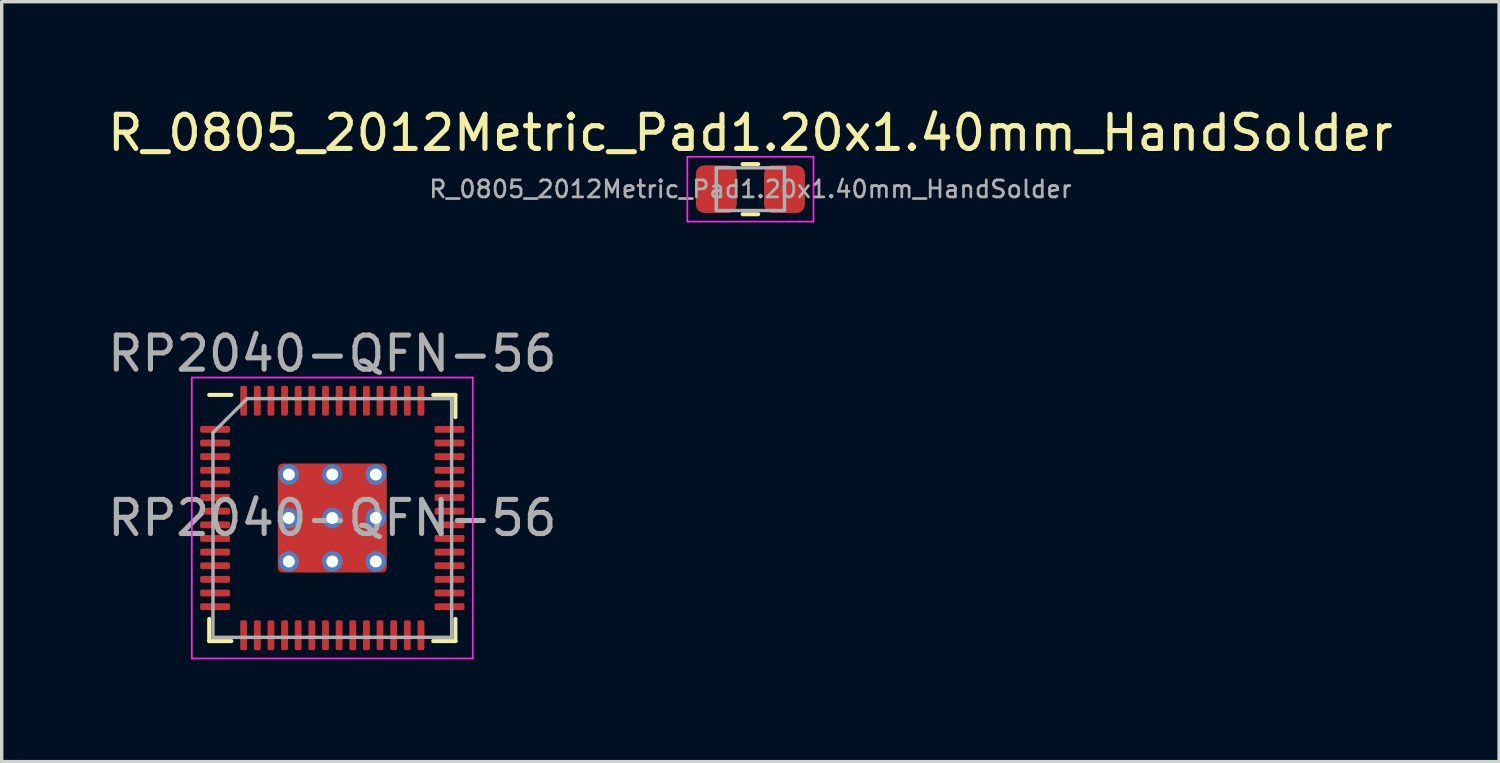
<source format=kicad_pcb>
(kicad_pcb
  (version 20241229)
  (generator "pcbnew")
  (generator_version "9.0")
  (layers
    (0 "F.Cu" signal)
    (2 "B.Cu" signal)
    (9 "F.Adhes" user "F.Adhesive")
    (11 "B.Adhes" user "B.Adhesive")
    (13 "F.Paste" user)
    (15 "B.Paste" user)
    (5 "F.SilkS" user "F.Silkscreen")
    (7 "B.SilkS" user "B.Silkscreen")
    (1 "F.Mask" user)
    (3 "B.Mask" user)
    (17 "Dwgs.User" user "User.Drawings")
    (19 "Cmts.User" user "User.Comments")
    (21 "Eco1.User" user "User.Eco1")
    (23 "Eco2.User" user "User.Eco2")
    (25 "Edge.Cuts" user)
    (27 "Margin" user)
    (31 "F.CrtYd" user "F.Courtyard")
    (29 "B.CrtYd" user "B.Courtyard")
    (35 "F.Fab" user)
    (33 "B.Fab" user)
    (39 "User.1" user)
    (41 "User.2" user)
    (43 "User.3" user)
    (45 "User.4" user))
  (footprint "R_0805_2012Metric_Pad1.20x1.40mm_HandSolder"
    (layer "F.Cu")
    (at 18.958 2.498)
    (property "Reference" "R_0805_2012Metric_Pad1.20x1.40mm_HandSolder" (at 0 -1.65 0) (layer "F.SilkS") (effects (font (size 1 1) (thickness 0.15))))
    (attr smd)
    (fp_line (start -0.227 -0.735) (end 0.227 -0.735) (stroke (width 0.12) (type solid)) (layer "F.SilkS"))
    (fp_line (start -0.227 0.735) (end 0.227 0.735) (stroke (width 0.12) (type solid)) (layer "F.SilkS"))
    (fp_line (start -1.85 -0.95) (end 1.85 -0.95) (stroke (width 0.05) (type solid)) (layer "F.CrtYd"))
    (fp_line (start -1.85 0.95) (end -1.85 -0.95) (stroke (width 0.05) (type solid)) (layer "F.CrtYd"))
    (fp_line (start 1.85 -0.95) (end 1.85 0.95) (stroke (width 0.05) (type solid)) (layer "F.CrtYd"))
    (fp_line (start 1.85 0.95) (end -1.85 0.95) (stroke (width 0.05) (type solid)) (layer "F.CrtYd"))
    (fp_line (start -1 -0.625) (end 1 -0.625) (stroke (width 0.1) (type solid)) (layer "F.Fab"))
    (fp_line (start -1 0.625) (end -1 -0.625) (stroke (width 0.1) (type solid)) (layer "F.Fab"))
    (fp_line (start 1 -0.625) (end 1 0.625) (stroke (width 0.1) (type solid)) (layer "F.Fab"))
    (fp_line (start 1 0.625) (end -1 0.625) (stroke (width 0.1) (type solid)) (layer "F.Fab"))
    (fp_text user "${REFERENCE}" (at 0 0 0) (layer "F.Fab") (effects (font (size 0.5 0.5) (thickness 0.08))))
    (pad "1" smd roundrect (at -1 0) (size 1.2 1.4) (layers "F.Cu" "F.Mask" "F.Paste") (roundrect_rratio 0.208))
    (pad "2" smd roundrect (at 1 0) (size 1.2 1.4) (layers "F.Cu" "F.Mask" "F.Paste") (roundrect_rratio 0.208)))
  (footprint "RP2040-QFN-56"
    (layer "F.Cu")
    (at 6.696 12.142)
    (property "Reference" "RP2040-QFN-56" (at 0 -4.82 0) (layer "F.Fab") (effects (font (size 1 1) (thickness 0.15))))
    (attr smd)
    (fp_line (start -3.61 3.61) (end -3.61 2.96) (stroke (width 0.12) (type solid)) (layer "F.SilkS"))
    (fp_line (start -2.96 -3.61) (end -3.61 -3.61) (stroke (width 0.12) (type solid)) (layer "F.SilkS"))
    (fp_line (start -2.96 3.61) (end -3.61 3.61) (stroke (width 0.12) (type solid)) (layer "F.SilkS"))
    (fp_line (start 2.96 -3.61) (end 3.61 -3.61) (stroke (width 0.12) (type solid)) (layer "F.SilkS"))
    (fp_line (start 2.96 3.61) (end 3.61 3.61) (stroke (width 0.12) (type solid)) (layer "F.SilkS"))
    (fp_line (start 3.61 -3.61) (end 3.61 -2.96) (stroke (width 0.12) (type solid)) (layer "F.SilkS"))
    (fp_line (start 3.61 3.61) (end 3.61 2.96) (stroke (width 0.12) (type solid)) (layer "F.SilkS"))
    (fp_line (start -4.12 -4.12) (end -4.12 4.12) (stroke (width 0.05) (type solid)) (layer "F.CrtYd"))
    (fp_line (start -4.12 4.12) (end 4.12 4.12) (stroke (width 0.05) (type solid)) (layer "F.CrtYd"))
    (fp_line (start 4.12 -4.12) (end -4.12 -4.12) (stroke (width 0.05) (type solid)) (layer "F.CrtYd"))
    (fp_line (start 4.12 4.12) (end 4.12 -4.12) (stroke (width 0.05) (type solid)) (layer "F.CrtYd"))
    (fp_line (start -3.5 -2.5) (end -2.5 -3.5) (stroke (width 0.1) (type solid)) (layer "F.Fab"))
    (fp_line (start -3.5 3.5) (end -3.5 -2.5) (stroke (width 0.1) (type solid)) (layer "F.Fab"))
    (fp_line (start -2.5 -3.5) (end 3.5 -3.5) (stroke (width 0.1) (type solid)) (layer "F.Fab"))
    (fp_line (start 3.5 -3.5) (end 3.5 3.5) (stroke (width 0.1) (type solid)) (layer "F.Fab"))
    (fp_line (start 3.5 3.5) (end -3.5 3.5) (stroke (width 0.1) (type solid)) (layer "F.Fab"))
    (fp_text user "${REFERENCE}" (at 0 0 0) (layer "F.Fab") (effects (font (size 1 1) (thickness 0.15))))
    (pad "" smd roundrect (at -0.637 -0.637) (size 1.084 1.084) (layers "F.Paste") (roundrect_rratio 0.231))
    (pad "" smd roundrect (at -0.637 0.637) (size 1.084 1.084) (layers "F.Paste") (roundrect_rratio 0.231))
    (pad "" smd roundrect (at 0.637 -0.637) (size 1.084 1.084) (layers "F.Paste") (roundrect_rratio 0.231))
    (pad "" smd roundrect (at 0.637 0.637) (size 1.084 1.084) (layers "F.Paste") (roundrect_rratio 0.231))
    (pad "1" smd roundrect (at -3.438 -2.6) (size 0.875 0.2) (layers "F.Cu" "F.Mask" "F.Paste") (roundrect_rratio 0.25))
    (pad "2" smd roundrect (at -3.438 -2.2) (size 0.875 0.2) (layers "F.Cu" "F.Mask" "F.Paste") (roundrect_rratio 0.25))
    (pad "3" smd roundrect (at -3.438 -1.8) (size 0.875 0.2) (layers "F.Cu" "F.Mask" "F.Paste") (roundrect_rratio 0.25))
    (pad "4" smd roundrect (at -3.438 -1.4) (size 0.875 0.2) (layers "F.Cu" "F.Mask" "F.Paste") (roundrect_rratio 0.25))
    (pad "5" smd roundrect (at -3.438 -1) (size 0.875 0.2) (layers "F.Cu" "F.Mask" "F.Paste") (roundrect_rratio 0.25))
    (pad "6" smd roundrect (at -3.438 -0.6) (size 0.875 0.2) (layers "F.Cu" "F.Mask" "F.Paste") (roundrect_rratio 0.25))
    (pad "7" smd roundrect (at -3.438 -0.2) (size 0.875 0.2) (layers "F.Cu" "F.Mask" "F.Paste") (roundrect_rratio 0.25))
    (pad "8" smd roundrect (at -3.438 0.2) (size 0.875 0.2) (layers "F.Cu" "F.Mask" "F.Paste") (roundrect_rratio 0.25))
    (pad "9" smd roundrect (at -3.438 0.6) (size 0.875 0.2) (layers "F.Cu" "F.Mask" "F.Paste") (roundrect_rratio 0.25))
    (pad "10" smd roundrect (at -3.438 1) (size 0.875 0.2) (layers "F.Cu" "F.Mask" "F.Paste") (roundrect_rratio 0.25))
    (pad "11" smd roundrect (at -3.438 1.4) (size 0.875 0.2) (layers "F.Cu" "F.Mask" "F.Paste") (roundrect_rratio 0.25))
    (pad "12" smd roundrect (at -3.438 1.8) (size 0.875 0.2) (layers "F.Cu" "F.Mask" "F.Paste") (roundrect_rratio 0.25))
    (pad "13" smd roundrect (at -3.438 2.2) (size 0.875 0.2) (layers "F.Cu" "F.Mask" "F.Paste") (roundrect_rratio 0.25))
    (pad "14" smd roundrect (at -3.438 2.6) (size 0.875 0.2) (layers "F.Cu" "F.Mask" "F.Paste") (roundrect_rratio 0.25))
    (pad "15" smd roundrect (at -2.6 3.438) (size 0.2 0.875) (layers "F.Cu" "F.Mask" "F.Paste") (roundrect_rratio 0.25))
    (pad "16" smd roundrect (at -2.2 3.438) (size 0.2 0.875) (layers "F.Cu" "F.Mask" "F.Paste") (roundrect_rratio 0.25))
    (pad "17" smd roundrect (at -1.8 3.438) (size 0.2 0.875) (layers "F.Cu" "F.Mask" "F.Paste") (roundrect_rratio 0.25))
    (pad "18" smd roundrect (at -1.4 3.438) (size 0.2 0.875) (layers "F.Cu" "F.Mask" "F.Paste") (roundrect_rratio 0.25))
    (pad "19" smd roundrect (at -1 3.438) (size 0.2 0.875) (layers "F.Cu" "F.Mask" "F.Paste") (roundrect_rratio 0.25))
    (pad "20" smd roundrect (at -0.6 3.438) (size 0.2 0.875) (layers "F.Cu" "F.Mask" "F.Paste") (roundrect_rratio 0.25))
    (pad "21" smd roundrect (at -0.2 3.438) (size 0.2 0.875) (layers "F.Cu" "F.Mask" "F.Paste") (roundrect_rratio 0.25))
    (pad "22" smd roundrect (at 0.2 3.438) (size 0.2 0.875) (layers "F.Cu" "F.Mask" "F.Paste") (roundrect_rratio 0.25))
    (pad "23" smd roundrect (at 0.6 3.438) (size 0.2 0.875) (layers "F.Cu" "F.Mask" "F.Paste") (roundrect_rratio 0.25))
    (pad "24" smd roundrect (at 1 3.438) (size 0.2 0.875) (layers "F.Cu" "F.Mask" "F.Paste") (roundrect_rratio 0.25))
    (pad "25" smd roundrect (at 1.4 3.438) (size 0.2 0.875) (layers "F.Cu" "F.Mask" "F.Paste") (roundrect_rratio 0.25))
    (pad "26" smd roundrect (at 1.8 3.438) (size 0.2 0.875) (layers "F.Cu" "F.Mask" "F.Paste") (roundrect_rratio 0.25))
    (pad "27" smd roundrect (at 2.2 3.438) (size 0.2 0.875) (layers "F.Cu" "F.Mask" "F.Paste") (roundrect_rratio 0.25))
    (pad "28" smd roundrect (at 2.6 3.438) (size 0.2 0.875) (layers "F.Cu" "F.Mask" "F.Paste") (roundrect_rratio 0.25))
    (pad "29" smd roundrect (at 3.438 2.6) (size 0.875 0.2) (layers "F.Cu" "F.Mask" "F.Paste") (roundrect_rratio 0.25))
    (pad "30" smd roundrect (at 3.438 2.2) (size 0.875 0.2) (layers "F.Cu" "F.Mask" "F.Paste") (roundrect_rratio 0.25))
    (pad "31" smd roundrect (at 3.438 1.8) (size 0.875 0.2) (layers "F.Cu" "F.Mask" "F.Paste") (roundrect_rratio 0.25))
    (pad "32" smd roundrect (at 3.438 1.4) (size 0.875 0.2) (layers "F.Cu" "F.Mask" "F.Paste") (roundrect_rratio 0.25))
    (pad "33" smd roundrect (at 3.438 1) (size 0.875 0.2) (layers "F.Cu" "F.Mask" "F.Paste") (roundrect_rratio 0.25))
    (pad "34" smd roundrect (at 3.438 0.6) (size 0.875 0.2) (layers "F.Cu" "F.Mask" "F.Paste") (roundrect_rratio 0.25))
    (pad "35" smd roundrect (at 3.438 0.2) (size 0.875 0.2) (layers "F.Cu" "F.Mask" "F.Paste") (roundrect_rratio 0.25))
    (pad "36" smd roundrect (at 3.438 -0.2) (size 0.875 0.2) (layers "F.Cu" "F.Mask" "F.Paste") (roundrect_rratio 0.25))
    (pad "37" smd roundrect (at 3.438 -0.6) (size 0.875 0.2) (layers "F.Cu" "F.Mask" "F.Paste") (roundrect_rratio 0.25))
    (pad "38" smd roundrect (at 3.438 -1) (size 0.875 0.2) (layers "F.Cu" "F.Mask" "F.Paste") (roundrect_rratio 0.25))
    (pad "39" smd roundrect (at 3.438 -1.4) (size 0.875 0.2) (layers "F.Cu" "F.Mask" "F.Paste") (roundrect_rratio 0.25))
    (pad "40" smd roundrect (at 3.438 -1.8) (size 0.875 0.2) (layers "F.Cu" "F.Mask" "F.Paste") (roundrect_rratio 0.25))
    (pad "41" smd roundrect (at 3.438 -2.2) (size 0.875 0.2) (layers "F.Cu" "F.Mask" "F.Paste") (roundrect_rratio 0.25))
    (pad "42" smd roundrect (at 3.438 -2.6) (size 0.875 0.2) (layers "F.Cu" "F.Mask" "F.Paste") (roundrect_rratio 0.25))
    (pad "43" smd roundrect (at 2.6 -3.438) (size 0.2 0.875) (layers "F.Cu" "F.Mask" "F.Paste") (roundrect_rratio 0.25))
    (pad "44" smd roundrect (at 2.2 -3.438) (size 0.2 0.875) (layers "F.Cu" "F.Mask" "F.Paste") (roundrect_rratio 0.25))
    (pad "45" smd roundrect (at 1.8 -3.438) (size 0.2 0.875) (layers "F.Cu" "F.Mask" "F.Paste") (roundrect_rratio 0.25))
    (pad "46" smd roundrect (at 1.4 -3.438) (size 0.2 0.875) (layers "F.Cu" "F.Mask" "F.Paste") (roundrect_rratio 0.25))
    (pad "47" smd roundrect (at 1 -3.438) (size 0.2 0.875) (layers "F.Cu" "F.Mask" "F.Paste") (roundrect_rratio 0.25))
    (pad "48" smd roundrect (at 0.6 -3.438) (size 0.2 0.875) (layers "F.Cu" "F.Mask" "F.Paste") (roundrect_rratio 0.25))
    (pad "49" smd roundrect (at 0.2 -3.438) (size 0.2 0.875) (layers "F.Cu" "F.Mask" "F.Paste") (roundrect_rratio 0.25))
    (pad "50" smd roundrect (at -0.2 -3.438) (size 0.2 0.875) (layers "F.Cu" "F.Mask" "F.Paste") (roundrect_rratio 0.25))
    (pad "51" smd roundrect (at -0.6 -3.438) (size 0.2 0.875) (layers "F.Cu" "F.Mask" "F.Paste") (roundrect_rratio 0.25))
    (pad "52" smd roundrect (at -1 -3.438) (size 0.2 0.875) (layers "F.Cu" "F.Mask" "F.Paste") (roundrect_rratio 0.25))
    (pad "53" smd roundrect (at -1.4 -3.438) (size 0.2 0.875) (layers "F.Cu" "F.Mask" "F.Paste") (roundrect_rratio 0.25))
    (pad "54" smd roundrect (at -1.8 -3.438) (size 0.2 0.875) (layers "F.Cu" "F.Mask" "F.Paste") (roundrect_rratio 0.25))
    (pad "55" smd roundrect (at -2.2 -3.438) (size 0.2 0.875) (layers "F.Cu" "F.Mask" "F.Paste") (roundrect_rratio 0.25))
    (pad "56" smd roundrect (at -2.6 -3.438) (size 0.2 0.875) (layers "F.Cu" "F.Mask" "F.Paste") (roundrect_rratio 0.25))
    (pad "57" thru_hole circle (at -1.275 -1.275) (size 0.6 0.6) (drill 0.35) (layers "*.Cu"))
    (pad "57" thru_hole circle (at -1.275 0) (size 0.6 0.6) (drill 0.35) (layers "*.Cu"))
    (pad "57" thru_hole circle (at -1.275 1.275) (size 0.6 0.6) (drill 0.35) (layers "*.Cu"))
    (pad "57" thru_hole circle (at 0 -1.275) (size 0.6 0.6) (drill 0.35) (layers "*.Cu"))
    (pad "57" thru_hole circle (at 0 0) (size 0.6 0.6) (drill 0.35) (layers "*.Cu"))
    (pad "57" smd roundrect (at 0 0) (size 3.2 3.2) (layers "F.Cu" "F.Mask") (roundrect_rratio 0.045))
    (pad "57" thru_hole circle (at 0 1.275) (size 0.6 0.6) (drill 0.35) (layers "*.Cu"))
    (pad "57" thru_hole circle (at 1.275 -1.275) (size 0.6 0.6) (drill 0.35) (layers "*.Cu"))
    (pad "57" thru_hole circle (at 1.275 0) (size 0.6 0.6) (drill 0.35) (layers "*.Cu"))
    (pad "57" thru_hole circle (at 1.275 1.275) (size 0.6 0.6) (drill 0.35) (layers "*.Cu")))
  (gr_rect
    (start -3 -3)
    (end 40.917 19.287)
    (stroke (width 0.1) (type default))
    (fill no)
    (layer "Edge.Cuts")))
</source>
